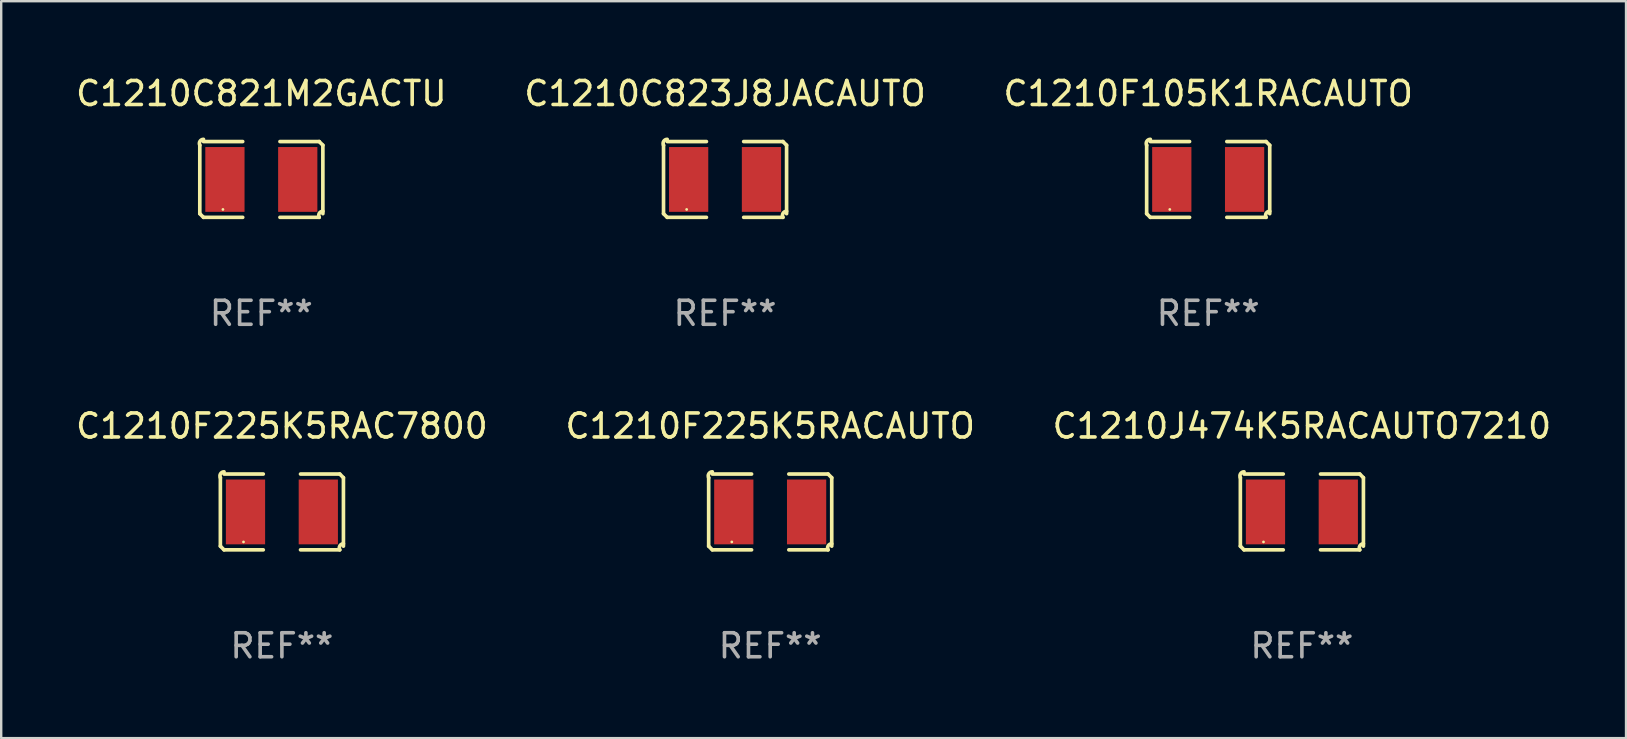
<source format=kicad_pcb>
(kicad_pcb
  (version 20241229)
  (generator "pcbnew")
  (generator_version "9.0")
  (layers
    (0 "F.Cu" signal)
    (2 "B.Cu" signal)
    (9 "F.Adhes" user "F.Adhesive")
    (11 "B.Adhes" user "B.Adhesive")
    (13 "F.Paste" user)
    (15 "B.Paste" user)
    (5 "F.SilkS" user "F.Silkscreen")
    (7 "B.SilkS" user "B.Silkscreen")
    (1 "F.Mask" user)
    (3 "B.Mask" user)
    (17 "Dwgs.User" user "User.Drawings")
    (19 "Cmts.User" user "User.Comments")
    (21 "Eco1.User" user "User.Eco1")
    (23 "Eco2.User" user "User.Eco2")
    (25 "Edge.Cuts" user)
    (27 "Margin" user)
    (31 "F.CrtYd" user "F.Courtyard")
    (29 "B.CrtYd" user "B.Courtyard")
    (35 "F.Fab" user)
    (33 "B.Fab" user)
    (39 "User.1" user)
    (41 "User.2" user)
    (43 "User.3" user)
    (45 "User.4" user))
  (footprint "C1210J474K5RACAUTO7210"
    (layer "F.Cu")
    (at 51.196 18.281)
    (property "Reference" "C1210J474K5RACAUTO7210" (at 0 -3.579 0) (layer "F.SilkS") (effects (font (size 1 1) (thickness 0.15))))
    (attr through_hole)
    (fp_line (start -2.564 1.426) (end -2.564 -1.426) (stroke (width 0.152) (type solid)) (layer "F.SilkS"))
    (fp_line (start -2.411 -1.579) (end -0.776 -1.579) (stroke (width 0.152) (type solid)) (layer "F.SilkS"))
    (fp_line (start -0.776 1.579) (end -2.411 1.579) (stroke (width 0.152) (type solid)) (layer "F.SilkS"))
    (fp_line (start 0.776 1.579) (end 2.411 1.579) (stroke (width 0.152) (type solid)) (layer "F.SilkS"))
    (fp_line (start 2.411 -1.579) (end 0.776 -1.579) (stroke (width 0.152) (type solid)) (layer "F.SilkS"))
    (fp_line (start 2.564 1.426) (end 2.564 -1.426) (stroke (width 0.152) (type solid)) (layer "F.SilkS"))
    (fp_arc (start -2.563602 -1.426213) (mid -2.555597 -1.591233) (end -2.411201 -1.671518) (stroke (width 0.1524) (type solid)) (layer "F.SilkS"))
    (fp_arc (start -2.5636 1.426214) (mid -2.487389 1.502402) (end -2.411201 1.578613) (stroke (width 0.1524) (type solid)) (layer "F.SilkS"))
    (fp_arc (start 2.411197 -1.578618) (mid 2.487403 -1.502419) (end 2.563602 -1.426213) (stroke (width 0.1524) (type solid)) (layer "F.SilkS"))
    (fp_arc (start 2.411201 1.578613) (mid 2.416214 1.409455) (end 2.563602 1.32629) (stroke (width 0.1524) (type solid)) (layer "F.SilkS"))
    (fp_circle (center -1.6 1.25) (end -1.57 1.25) (stroke (width 0.06) (type solid)) (fill no) (layer "F.SilkS"))
    (fp_text user "REF**" (at 0 5.579 0) (layer "F.Fab") (effects (font (size 1 1) (thickness 0.15))))
    (pad "1" smd rect (at -1.517 0) (size 1.635 2.7) (layers "F.Cu" "F.Mask" "F.Paste"))
    (pad "2" smd rect (at 1.517 0) (size 1.635 2.7) (layers "F.Cu" "F.Mask" "F.Paste")))
  (footprint "C1210F225K5RAC7800"
    (layer "F.Cu")
    (at 8.696 18.281)
    (property "Reference" "C1210F225K5RAC7800" (at 0 -3.579 0) (layer "F.SilkS") (effects (font (size 1 1) (thickness 0.15))))
    (attr through_hole)
    (fp_line (start -2.564 1.426) (end -2.564 -1.426) (stroke (width 0.152) (type solid)) (layer "F.SilkS"))
    (fp_line (start -2.411 -1.579) (end -0.776 -1.579) (stroke (width 0.152) (type solid)) (layer "F.SilkS"))
    (fp_line (start -0.776 1.579) (end -2.411 1.579) (stroke (width 0.152) (type solid)) (layer "F.SilkS"))
    (fp_line (start 0.776 1.579) (end 2.411 1.579) (stroke (width 0.152) (type solid)) (layer "F.SilkS"))
    (fp_line (start 2.411 -1.579) (end 0.776 -1.579) (stroke (width 0.152) (type solid)) (layer "F.SilkS"))
    (fp_line (start 2.564 1.426) (end 2.564 -1.426) (stroke (width 0.152) (type solid)) (layer "F.SilkS"))
    (fp_arc (start -2.563602 -1.426213) (mid -2.555597 -1.591233) (end -2.411201 -1.671518) (stroke (width 0.1524) (type solid)) (layer "F.SilkS"))
    (fp_arc (start -2.5636 1.426214) (mid -2.487389 1.502402) (end -2.411201 1.578613) (stroke (width 0.1524) (type solid)) (layer "F.SilkS"))
    (fp_arc (start 2.411197 -1.578618) (mid 2.487403 -1.502419) (end 2.563602 -1.426213) (stroke (width 0.1524) (type solid)) (layer "F.SilkS"))
    (fp_arc (start 2.411201 1.578613) (mid 2.416214 1.409455) (end 2.563602 1.32629) (stroke (width 0.1524) (type solid)) (layer "F.SilkS"))
    (fp_circle (center -1.6 1.25) (end -1.57 1.25) (stroke (width 0.06) (type solid)) (fill no) (layer "F.SilkS"))
    (fp_text user "REF**" (at 0 5.579 0) (layer "F.Fab") (effects (font (size 1 1) (thickness 0.15))))
    (pad "1" smd rect (at -1.517 0) (size 1.635 2.7) (layers "F.Cu" "F.Mask" "F.Paste"))
    (pad "2" smd rect (at 1.517 0) (size 1.635 2.7) (layers "F.Cu" "F.Mask" "F.Paste")))
  (footprint "C1210F225K5RACAUTO"
    (layer "F.Cu")
    (at 29.042 18.281)
    (property "Reference" "C1210F225K5RACAUTO" (at 0 -3.579 0) (layer "F.SilkS") (effects (font (size 1 1) (thickness 0.15))))
    (attr through_hole)
    (fp_line (start -2.564 1.426) (end -2.564 -1.426) (stroke (width 0.152) (type solid)) (layer "F.SilkS"))
    (fp_line (start -2.411 -1.579) (end -0.776 -1.579) (stroke (width 0.152) (type solid)) (layer "F.SilkS"))
    (fp_line (start -0.776 1.579) (end -2.411 1.579) (stroke (width 0.152) (type solid)) (layer "F.SilkS"))
    (fp_line (start 0.776 1.579) (end 2.411 1.579) (stroke (width 0.152) (type solid)) (layer "F.SilkS"))
    (fp_line (start 2.411 -1.579) (end 0.776 -1.579) (stroke (width 0.152) (type solid)) (layer "F.SilkS"))
    (fp_line (start 2.564 1.426) (end 2.564 -1.426) (stroke (width 0.152) (type solid)) (layer "F.SilkS"))
    (fp_arc (start -2.563602 -1.426213) (mid -2.555597 -1.591233) (end -2.411201 -1.671518) (stroke (width 0.1524) (type solid)) (layer "F.SilkS"))
    (fp_arc (start -2.5636 1.426214) (mid -2.487389 1.502402) (end -2.411201 1.578613) (stroke (width 0.1524) (type solid)) (layer "F.SilkS"))
    (fp_arc (start 2.411197 -1.578618) (mid 2.487403 -1.502419) (end 2.563602 -1.426213) (stroke (width 0.1524) (type solid)) (layer "F.SilkS"))
    (fp_arc (start 2.411201 1.578613) (mid 2.416214 1.409455) (end 2.563602 1.32629) (stroke (width 0.1524) (type solid)) (layer "F.SilkS"))
    (fp_circle (center -1.6 1.25) (end -1.57 1.25) (stroke (width 0.06) (type solid)) (fill no) (layer "F.SilkS"))
    (fp_text user "REF**" (at 0 5.579 0) (layer "F.Fab") (effects (font (size 1 1) (thickness 0.15))))
    (pad "1" smd rect (at -1.517 0) (size 1.635 2.7) (layers "F.Cu" "F.Mask" "F.Paste"))
    (pad "2" smd rect (at 1.517 0) (size 1.635 2.7) (layers "F.Cu" "F.Mask" "F.Paste")))
  (footprint "C1210C821M2GACTU"
    (layer "F.Cu")
    (at 7.839 4.427)
    (property "Reference" "C1210C821M2GACTU" (at 0 -3.579 0) (layer "F.SilkS") (effects (font (size 1 1) (thickness 0.15))))
    (attr through_hole)
    (fp_line (start -2.564 1.426) (end -2.564 -1.426) (stroke (width 0.152) (type solid)) (layer "F.SilkS"))
    (fp_line (start -2.411 -1.579) (end -0.776 -1.579) (stroke (width 0.152) (type solid)) (layer "F.SilkS"))
    (fp_line (start -0.776 1.579) (end -2.411 1.579) (stroke (width 0.152) (type solid)) (layer "F.SilkS"))
    (fp_line (start 0.776 1.579) (end 2.411 1.579) (stroke (width 0.152) (type solid)) (layer "F.SilkS"))
    (fp_line (start 2.411 -1.579) (end 0.776 -1.579) (stroke (width 0.152) (type solid)) (layer "F.SilkS"))
    (fp_line (start 2.564 1.426) (end 2.564 -1.426) (stroke (width 0.152) (type solid)) (layer "F.SilkS"))
    (fp_arc (start -2.563602 -1.426213) (mid -2.555597 -1.591233) (end -2.411201 -1.671518) (stroke (width 0.1524) (type solid)) (layer "F.SilkS"))
    (fp_arc (start -2.5636 1.426214) (mid -2.487389 1.502402) (end -2.411201 1.578613) (stroke (width 0.1524) (type solid)) (layer "F.SilkS"))
    (fp_arc (start 2.411197 -1.578618) (mid 2.487403 -1.502419) (end 2.563602 -1.426213) (stroke (width 0.1524) (type solid)) (layer "F.SilkS"))
    (fp_arc (start 2.411201 1.578613) (mid 2.416214 1.409455) (end 2.563602 1.32629) (stroke (width 0.1524) (type solid)) (layer "F.SilkS"))
    (fp_circle (center -1.6 1.25) (end -1.57 1.25) (stroke (width 0.06) (type solid)) (fill no) (layer "F.SilkS"))
    (fp_text user "REF**" (at 0 5.579 0) (layer "F.Fab") (effects (font (size 1 1) (thickness 0.15))))
    (pad "1" smd rect (at -1.517 0) (size 1.635 2.7) (layers "F.Cu" "F.Mask" "F.Paste"))
    (pad "2" smd rect (at 1.517 0) (size 1.635 2.7) (layers "F.Cu" "F.Mask" "F.Paste")))
  (footprint "C1210C823J8JACAUTO"
    (layer "F.Cu")
    (at 27.161 4.427)
    (property "Reference" "C1210C823J8JACAUTO" (at 0 -3.579 0) (layer "F.SilkS") (effects (font (size 1 1) (thickness 0.15))))
    (attr through_hole)
    (fp_line (start -2.564 1.426) (end -2.564 -1.426) (stroke (width 0.152) (type solid)) (layer "F.SilkS"))
    (fp_line (start -2.411 -1.579) (end -0.776 -1.579) (stroke (width 0.152) (type solid)) (layer "F.SilkS"))
    (fp_line (start -0.776 1.579) (end -2.411 1.579) (stroke (width 0.152) (type solid)) (layer "F.SilkS"))
    (fp_line (start 0.776 1.579) (end 2.411 1.579) (stroke (width 0.152) (type solid)) (layer "F.SilkS"))
    (fp_line (start 2.411 -1.579) (end 0.776 -1.579) (stroke (width 0.152) (type solid)) (layer "F.SilkS"))
    (fp_line (start 2.564 1.426) (end 2.564 -1.426) (stroke (width 0.152) (type solid)) (layer "F.SilkS"))
    (fp_arc (start -2.563602 -1.426213) (mid -2.555597 -1.591233) (end -2.411201 -1.671518) (stroke (width 0.1524) (type solid)) (layer "F.SilkS"))
    (fp_arc (start -2.5636 1.426214) (mid -2.487389 1.502402) (end -2.411201 1.578613) (stroke (width 0.1524) (type solid)) (layer "F.SilkS"))
    (fp_arc (start 2.411197 -1.578618) (mid 2.487403 -1.502419) (end 2.563602 -1.426213) (stroke (width 0.1524) (type solid)) (layer "F.SilkS"))
    (fp_arc (start 2.411201 1.578613) (mid 2.416214 1.409455) (end 2.563602 1.32629) (stroke (width 0.1524) (type solid)) (layer "F.SilkS"))
    (fp_circle (center -1.6 1.25) (end -1.57 1.25) (stroke (width 0.06) (type solid)) (fill no) (layer "F.SilkS"))
    (fp_text user "REF**" (at 0 5.579 0) (layer "F.Fab") (effects (font (size 1 1) (thickness 0.15))))
    (pad "1" smd rect (at -1.517 0) (size 1.635 2.7) (layers "F.Cu" "F.Mask" "F.Paste"))
    (pad "2" smd rect (at 1.517 0) (size 1.635 2.7) (layers "F.Cu" "F.Mask" "F.Paste")))
  (footprint "C1210F105K1RACAUTO"
    (layer "F.Cu")
    (at 47.292 4.427)
    (property "Reference" "C1210F105K1RACAUTO" (at 0 -3.579 0) (layer "F.SilkS") (effects (font (size 1 1) (thickness 0.15))))
    (attr through_hole)
    (fp_line (start -2.564 1.426) (end -2.564 -1.426) (stroke (width 0.152) (type solid)) (layer "F.SilkS"))
    (fp_line (start -2.411 -1.579) (end -0.776 -1.579) (stroke (width 0.152) (type solid)) (layer "F.SilkS"))
    (fp_line (start -0.776 1.579) (end -2.411 1.579) (stroke (width 0.152) (type solid)) (layer "F.SilkS"))
    (fp_line (start 0.776 1.579) (end 2.411 1.579) (stroke (width 0.152) (type solid)) (layer "F.SilkS"))
    (fp_line (start 2.411 -1.579) (end 0.776 -1.579) (stroke (width 0.152) (type solid)) (layer "F.SilkS"))
    (fp_line (start 2.564 1.426) (end 2.564 -1.426) (stroke (width 0.152) (type solid)) (layer "F.SilkS"))
    (fp_arc (start -2.563602 -1.426213) (mid -2.555597 -1.591233) (end -2.411201 -1.671518) (stroke (width 0.1524) (type solid)) (layer "F.SilkS"))
    (fp_arc (start -2.5636 1.426214) (mid -2.487389 1.502402) (end -2.411201 1.578613) (stroke (width 0.1524) (type solid)) (layer "F.SilkS"))
    (fp_arc (start 2.411197 -1.578618) (mid 2.487403 -1.502419) (end 2.563602 -1.426213) (stroke (width 0.1524) (type solid)) (layer "F.SilkS"))
    (fp_arc (start 2.411201 1.578613) (mid 2.416214 1.409455) (end 2.563602 1.32629) (stroke (width 0.1524) (type solid)) (layer "F.SilkS"))
    (fp_circle (center -1.6 1.25) (end -1.57 1.25) (stroke (width 0.06) (type solid)) (fill no) (layer "F.SilkS"))
    (fp_text user "REF**" (at 0 5.579 0) (layer "F.Fab") (effects (font (size 1 1) (thickness 0.15))))
    (pad "1" smd rect (at -1.517 0) (size 1.635 2.7) (layers "F.Cu" "F.Mask" "F.Paste"))
    (pad "2" smd rect (at 1.517 0) (size 1.635 2.7) (layers "F.Cu" "F.Mask" "F.Paste")))
  (gr_rect
    (start -3 -3)
    (end 64.702 27.707)
    (stroke (width 0.1) (type default))
    (fill no)
    (layer "Edge.Cuts")))
</source>
